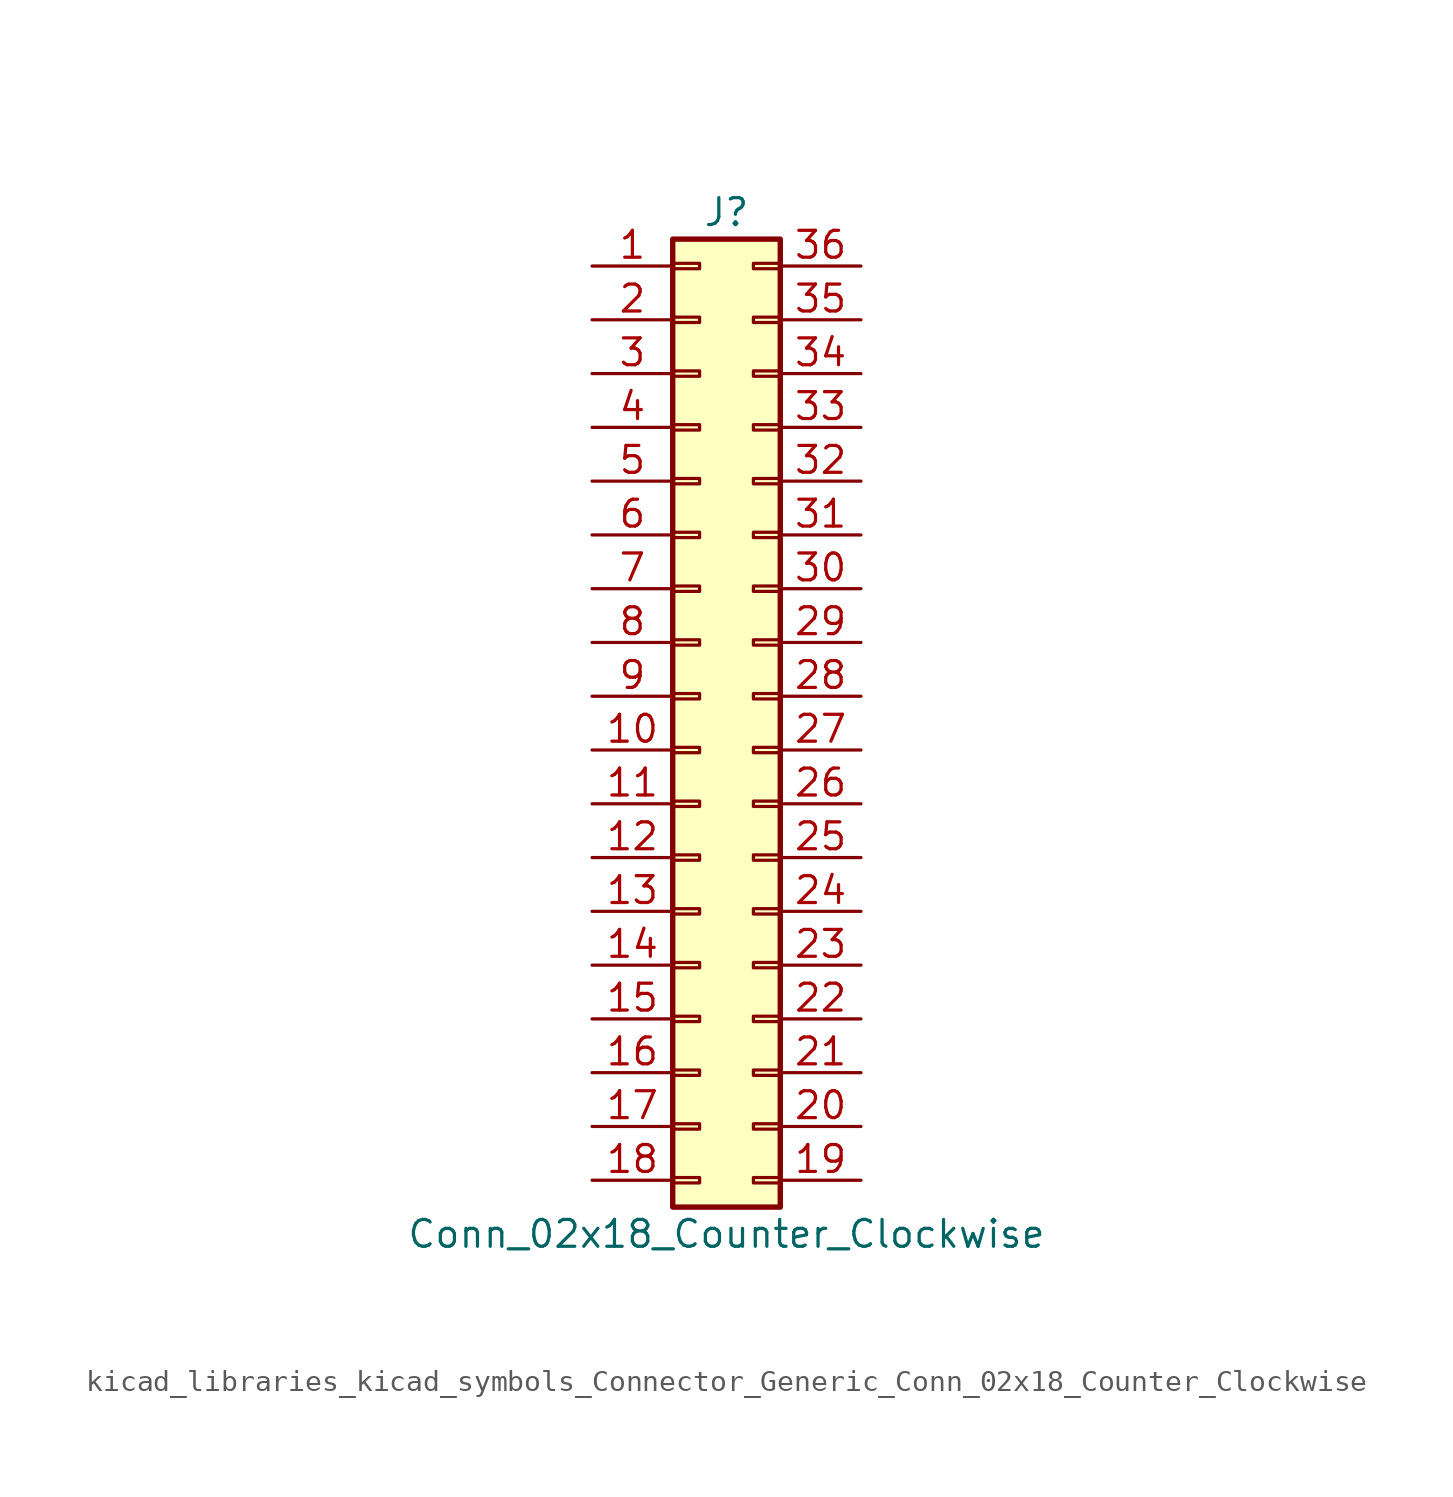
<source format=kicad_sym>
(kicad_symbol_lib
  (version 20220914)
  (generator kicad_symbol_editor)
  (symbol "kicad_libraries_kicad_symbols_Connector_Generic_Conn_02x18_Counter_Clockwise"
    (pin_names
      (offset 1.016) hide)
    (property "Reference" "J"
      (at 1.27 22.86 0)
      (effects (font (size 1.27 1.27))))
    (property "Value" "Conn_02x18_Counter_Clockwise"
      (at 1.27 -25.4 0)
      (effects (font (size 1.27 1.27))))
    (symbol "kicad_libraries_kicad_symbols_Connector_Generic_Conn_02x18_Counter_Clockwise_1_1"
      (rectangle (start -1.27 -22.733) (end 0 -22.987) (stroke (width 0.152) (type default)) (fill (type none)))
      (rectangle (start -1.27 -20.193) (end 0 -20.447) (stroke (width 0.152) (type default)) (fill (type none)))
      (rectangle (start -1.27 -17.653) (end 0 -17.907) (stroke (width 0.152) (type default)) (fill (type none)))
      (rectangle (start -1.27 -15.113) (end 0 -15.367) (stroke (width 0.152) (type default)) (fill (type none)))
      (rectangle (start -1.27 -12.573) (end 0 -12.827) (stroke (width 0.152) (type default)) (fill (type none)))
      (rectangle (start -1.27 -10.033) (end 0 -10.287) (stroke (width 0.152) (type default)) (fill (type none)))
      (rectangle (start -1.27 -7.493) (end 0 -7.747) (stroke (width 0.152) (type default)) (fill (type none)))
      (rectangle (start -1.27 -4.953) (end 0 -5.207) (stroke (width 0.152) (type default)) (fill (type none)))
      (rectangle (start -1.27 -2.413) (end 0 -2.667) (stroke (width 0.152) (type default)) (fill (type none)))
      (rectangle (start -1.27 0.127) (end 0 -0.127) (stroke (width 0.152) (type default)) (fill (type none)))
      (rectangle (start -1.27 2.667) (end 0 2.413) (stroke (width 0.152) (type default)) (fill (type none)))
      (rectangle (start -1.27 5.207) (end 0 4.953) (stroke (width 0.152) (type default)) (fill (type none)))
      (rectangle (start -1.27 7.747) (end 0 7.493) (stroke (width 0.152) (type default)) (fill (type none)))
      (rectangle (start -1.27 10.287) (end 0 10.033) (stroke (width 0.152) (type default)) (fill (type none)))
      (rectangle (start -1.27 12.827) (end 0 12.573) (stroke (width 0.152) (type default)) (fill (type none)))
      (rectangle (start -1.27 15.367) (end 0 15.113) (stroke (width 0.152) (type default)) (fill (type none)))
      (rectangle (start -1.27 17.907) (end 0 17.653) (stroke (width 0.152) (type default)) (fill (type none)))
      (rectangle (start -1.27 20.447) (end 0 20.193) (stroke (width 0.152) (type default)) (fill (type none)))
      (rectangle (start -1.27 21.59) (end 3.81 -24.13) (stroke (width 0.254) (type default)) (fill (type background)))
      (rectangle (start 3.81 -22.733) (end 2.54 -22.987) (stroke (width 0.152) (type default)) (fill (type none)))
      (rectangle (start 3.81 -20.193) (end 2.54 -20.447) (stroke (width 0.152) (type default)) (fill (type none)))
      (rectangle (start 3.81 -17.653) (end 2.54 -17.907) (stroke (width 0.152) (type default)) (fill (type none)))
      (rectangle (start 3.81 -15.113) (end 2.54 -15.367) (stroke (width 0.152) (type default)) (fill (type none)))
      (rectangle (start 3.81 -12.573) (end 2.54 -12.827) (stroke (width 0.152) (type default)) (fill (type none)))
      (rectangle (start 3.81 -10.033) (end 2.54 -10.287) (stroke (width 0.152) (type default)) (fill (type none)))
      (rectangle (start 3.81 -7.493) (end 2.54 -7.747) (stroke (width 0.152) (type default)) (fill (type none)))
      (rectangle (start 3.81 -4.953) (end 2.54 -5.207) (stroke (width 0.152) (type default)) (fill (type none)))
      (rectangle (start 3.81 -2.413) (end 2.54 -2.667) (stroke (width 0.152) (type default)) (fill (type none)))
      (rectangle (start 3.81 0.127) (end 2.54 -0.127) (stroke (width 0.152) (type default)) (fill (type none)))
      (rectangle (start 3.81 2.667) (end 2.54 2.413) (stroke (width 0.152) (type default)) (fill (type none)))
      (rectangle (start 3.81 5.207) (end 2.54 4.953) (stroke (width 0.152) (type default)) (fill (type none)))
      (rectangle (start 3.81 7.747) (end 2.54 7.493) (stroke (width 0.152) (type default)) (fill (type none)))
      (rectangle (start 3.81 10.287) (end 2.54 10.033) (stroke (width 0.152) (type default)) (fill (type none)))
      (rectangle (start 3.81 12.827) (end 2.54 12.573) (stroke (width 0.152) (type default)) (fill (type none)))
      (rectangle (start 3.81 15.367) (end 2.54 15.113) (stroke (width 0.152) (type default)) (fill (type none)))
      (rectangle (start 3.81 17.907) (end 2.54 17.653) (stroke (width 0.152) (type default)) (fill (type none)))
      (rectangle (start 3.81 20.447) (end 2.54 20.193) (stroke (width 0.152) (type default)) (fill (type none)))
      (pin passive line (at -5.08 20.32 0) (length 3.81) (name "Pin_1" (effects (font (size 1.27 1.27)))) (number "1" (effects (font (size 1.27 1.27)))))
      (pin passive line (at -5.08 -2.54 0) (length 3.81) (name "Pin_10" (effects (font (size 1.27 1.27)))) (number "10" (effects (font (size 1.27 1.27)))))
      (pin passive line (at -5.08 -5.08 0) (length 3.81) (name "Pin_11" (effects (font (size 1.27 1.27)))) (number "11" (effects (font (size 1.27 1.27)))))
      (pin passive line (at -5.08 -7.62 0) (length 3.81) (name "Pin_12" (effects (font (size 1.27 1.27)))) (number "12" (effects (font (size 1.27 1.27)))))
      (pin passive line (at -5.08 -10.16 0) (length 3.81) (name "Pin_13" (effects (font (size 1.27 1.27)))) (number "13" (effects (font (size 1.27 1.27)))))
      (pin passive line (at -5.08 -12.7 0) (length 3.81) (name "Pin_14" (effects (font (size 1.27 1.27)))) (number "14" (effects (font (size 1.27 1.27)))))
      (pin passive line (at -5.08 -15.24 0) (length 3.81) (name "Pin_15" (effects (font (size 1.27 1.27)))) (number "15" (effects (font (size 1.27 1.27)))))
      (pin passive line (at -5.08 -17.78 0) (length 3.81) (name "Pin_16" (effects (font (size 1.27 1.27)))) (number "16" (effects (font (size 1.27 1.27)))))
      (pin passive line (at -5.08 -20.32 0) (length 3.81) (name "Pin_17" (effects (font (size 1.27 1.27)))) (number "17" (effects (font (size 1.27 1.27)))))
      (pin passive line (at -5.08 -22.86 0) (length 3.81) (name "Pin_18" (effects (font (size 1.27 1.27)))) (number "18" (effects (font (size 1.27 1.27)))))
      (pin passive line (at 7.62 -22.86 180) (length 3.81) (name "Pin_19" (effects (font (size 1.27 1.27)))) (number "19" (effects (font (size 1.27 1.27)))))
      (pin passive line (at -5.08 17.78 0) (length 3.81) (name "Pin_2" (effects (font (size 1.27 1.27)))) (number "2" (effects (font (size 1.27 1.27)))))
      (pin passive line (at 7.62 -20.32 180) (length 3.81) (name "Pin_20" (effects (font (size 1.27 1.27)))) (number "20" (effects (font (size 1.27 1.27)))))
      (pin passive line (at 7.62 -17.78 180) (length 3.81) (name "Pin_21" (effects (font (size 1.27 1.27)))) (number "21" (effects (font (size 1.27 1.27)))))
      (pin passive line (at 7.62 -15.24 180) (length 3.81) (name "Pin_22" (effects (font (size 1.27 1.27)))) (number "22" (effects (font (size 1.27 1.27)))))
      (pin passive line (at 7.62 -12.7 180) (length 3.81) (name "Pin_23" (effects (font (size 1.27 1.27)))) (number "23" (effects (font (size 1.27 1.27)))))
      (pin passive line (at 7.62 -10.16 180) (length 3.81) (name "Pin_24" (effects (font (size 1.27 1.27)))) (number "24" (effects (font (size 1.27 1.27)))))
      (pin passive line (at 7.62 -7.62 180) (length 3.81) (name "Pin_25" (effects (font (size 1.27 1.27)))) (number "25" (effects (font (size 1.27 1.27)))))
      (pin passive line (at 7.62 -5.08 180) (length 3.81) (name "Pin_26" (effects (font (size 1.27 1.27)))) (number "26" (effects (font (size 1.27 1.27)))))
      (pin passive line (at 7.62 -2.54 180) (length 3.81) (name "Pin_27" (effects (font (size 1.27 1.27)))) (number "27" (effects (font (size 1.27 1.27)))))
      (pin passive line (at 7.62 0 180) (length 3.81) (name "Pin_28" (effects (font (size 1.27 1.27)))) (number "28" (effects (font (size 1.27 1.27)))))
      (pin passive line (at 7.62 2.54 180) (length 3.81) (name "Pin_29" (effects (font (size 1.27 1.27)))) (number "29" (effects (font (size 1.27 1.27)))))
      (pin passive line (at -5.08 15.24 0) (length 3.81) (name "Pin_3" (effects (font (size 1.27 1.27)))) (number "3" (effects (font (size 1.27 1.27)))))
      (pin passive line (at 7.62 5.08 180) (length 3.81) (name "Pin_30" (effects (font (size 1.27 1.27)))) (number "30" (effects (font (size 1.27 1.27)))))
      (pin passive line (at 7.62 7.62 180) (length 3.81) (name "Pin_31" (effects (font (size 1.27 1.27)))) (number "31" (effects (font (size 1.27 1.27)))))
      (pin passive line (at 7.62 10.16 180) (length 3.81) (name "Pin_32" (effects (font (size 1.27 1.27)))) (number "32" (effects (font (size 1.27 1.27)))))
      (pin passive line (at 7.62 12.7 180) (length 3.81) (name "Pin_33" (effects (font (size 1.27 1.27)))) (number "33" (effects (font (size 1.27 1.27)))))
      (pin passive line (at 7.62 15.24 180) (length 3.81) (name "Pin_34" (effects (font (size 1.27 1.27)))) (number "34" (effects (font (size 1.27 1.27)))))
      (pin passive line (at 7.62 17.78 180) (length 3.81) (name "Pin_35" (effects (font (size 1.27 1.27)))) (number "35" (effects (font (size 1.27 1.27)))))
      (pin passive line (at 7.62 20.32 180) (length 3.81) (name "Pin_36" (effects (font (size 1.27 1.27)))) (number "36" (effects (font (size 1.27 1.27)))))
      (pin passive line (at -5.08 12.7 0) (length 3.81) (name "Pin_4" (effects (font (size 1.27 1.27)))) (number "4" (effects (font (size 1.27 1.27)))))
      (pin passive line (at -5.08 10.16 0) (length 3.81) (name "Pin_5" (effects (font (size 1.27 1.27)))) (number "5" (effects (font (size 1.27 1.27)))))
      (pin passive line (at -5.08 7.62 0) (length 3.81) (name "Pin_6" (effects (font (size 1.27 1.27)))) (number "6" (effects (font (size 1.27 1.27)))))
      (pin passive line (at -5.08 5.08 0) (length 3.81) (name "Pin_7" (effects (font (size 1.27 1.27)))) (number "7" (effects (font (size 1.27 1.27)))))
      (pin passive line (at -5.08 2.54 0) (length 3.81) (name "Pin_8" (effects (font (size 1.27 1.27)))) (number "8" (effects (font (size 1.27 1.27)))))
      (pin passive line (at -5.08 0 0) (length 3.81) (name "Pin_9" (effects (font (size 1.27 1.27)))) (number "9" (effects (font (size 1.27 1.27))))))))
</source>
